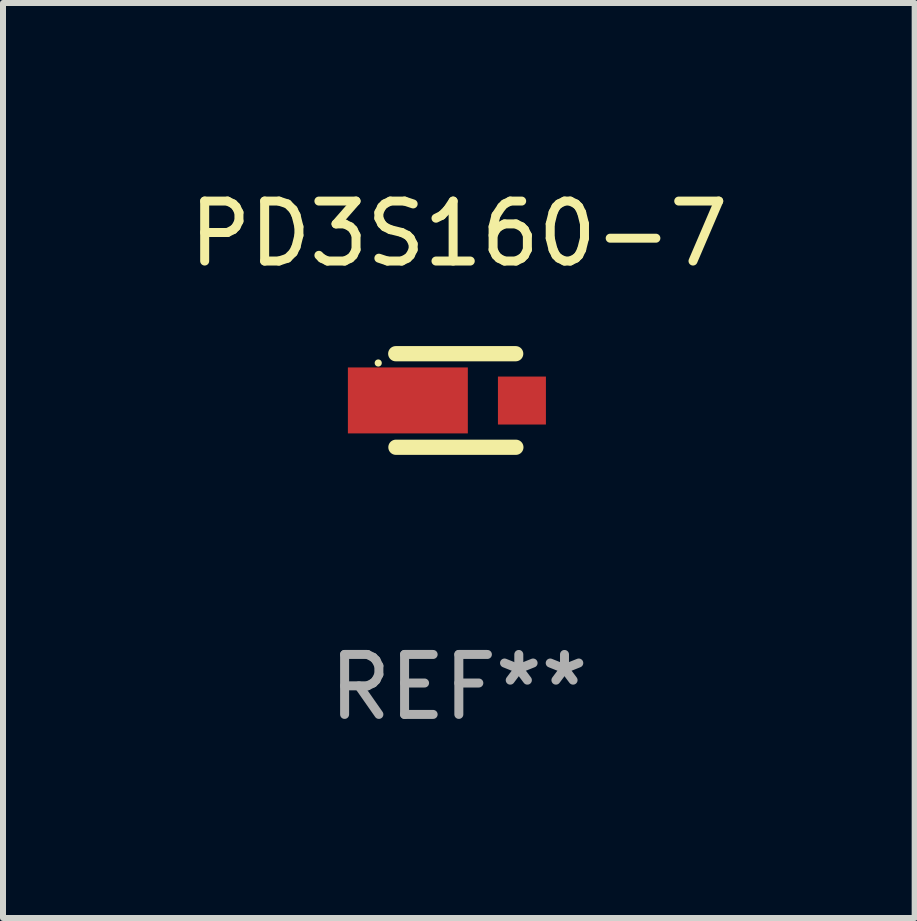
<source format=kicad_pcb>
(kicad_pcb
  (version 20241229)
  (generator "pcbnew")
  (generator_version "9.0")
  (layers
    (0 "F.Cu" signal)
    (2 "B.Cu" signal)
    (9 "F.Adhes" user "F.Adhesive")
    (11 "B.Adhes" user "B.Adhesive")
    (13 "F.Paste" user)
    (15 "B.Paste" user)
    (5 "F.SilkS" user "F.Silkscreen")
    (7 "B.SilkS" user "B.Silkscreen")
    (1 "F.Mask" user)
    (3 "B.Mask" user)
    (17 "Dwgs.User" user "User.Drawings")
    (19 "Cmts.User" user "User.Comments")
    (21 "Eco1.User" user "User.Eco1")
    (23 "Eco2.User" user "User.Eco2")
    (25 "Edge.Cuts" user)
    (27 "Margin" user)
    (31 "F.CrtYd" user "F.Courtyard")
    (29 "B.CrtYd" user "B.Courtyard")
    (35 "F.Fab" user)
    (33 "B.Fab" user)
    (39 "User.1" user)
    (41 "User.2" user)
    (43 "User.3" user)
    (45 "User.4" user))
  (footprint "PD3S160-7"
    (layer "F.Cu")
    (at 4.601 3.628)
    (property "Reference" "PD3S160-7" (at 0 -2.78 0) (layer "F.SilkS") (effects (font (size 1 1) (thickness 0.15))))
    (attr through_hole)
    (fp_line (start -1.049 0.78) (end 0.951 0.78) (stroke (width 0.254) (type solid)) (layer "F.SilkS"))
    (fp_line (start 0.948 -0.78) (end -1.052 -0.78) (stroke (width 0.254) (type solid)) (layer "F.SilkS"))
    (fp_circle (center -1.344 -0.625) (end -1.314 -0.625) (stroke (width 0.06) (type solid)) (fill no) (layer "F.SilkS"))
    (fp_text user "REF**" (at 0 4.78 0) (layer "F.Fab") (effects (font (size 1 1) (thickness 0.15))))
    (pad "1" smd rect (at -0.85 -0.001) (size 2 1.1) (layers "F.Cu" "F.Mask" "F.Paste"))
    (pad "2" smd rect (at 1.052 0.001) (size 0.8 0.8) (layers "F.Cu" "F.Mask" "F.Paste")))
  (gr_rect
    (start -3 -3)
    (end 12.202 12.257)
    (stroke (width 0.1) (type default))
    (fill no)
    (layer "Edge.Cuts")))
</source>
